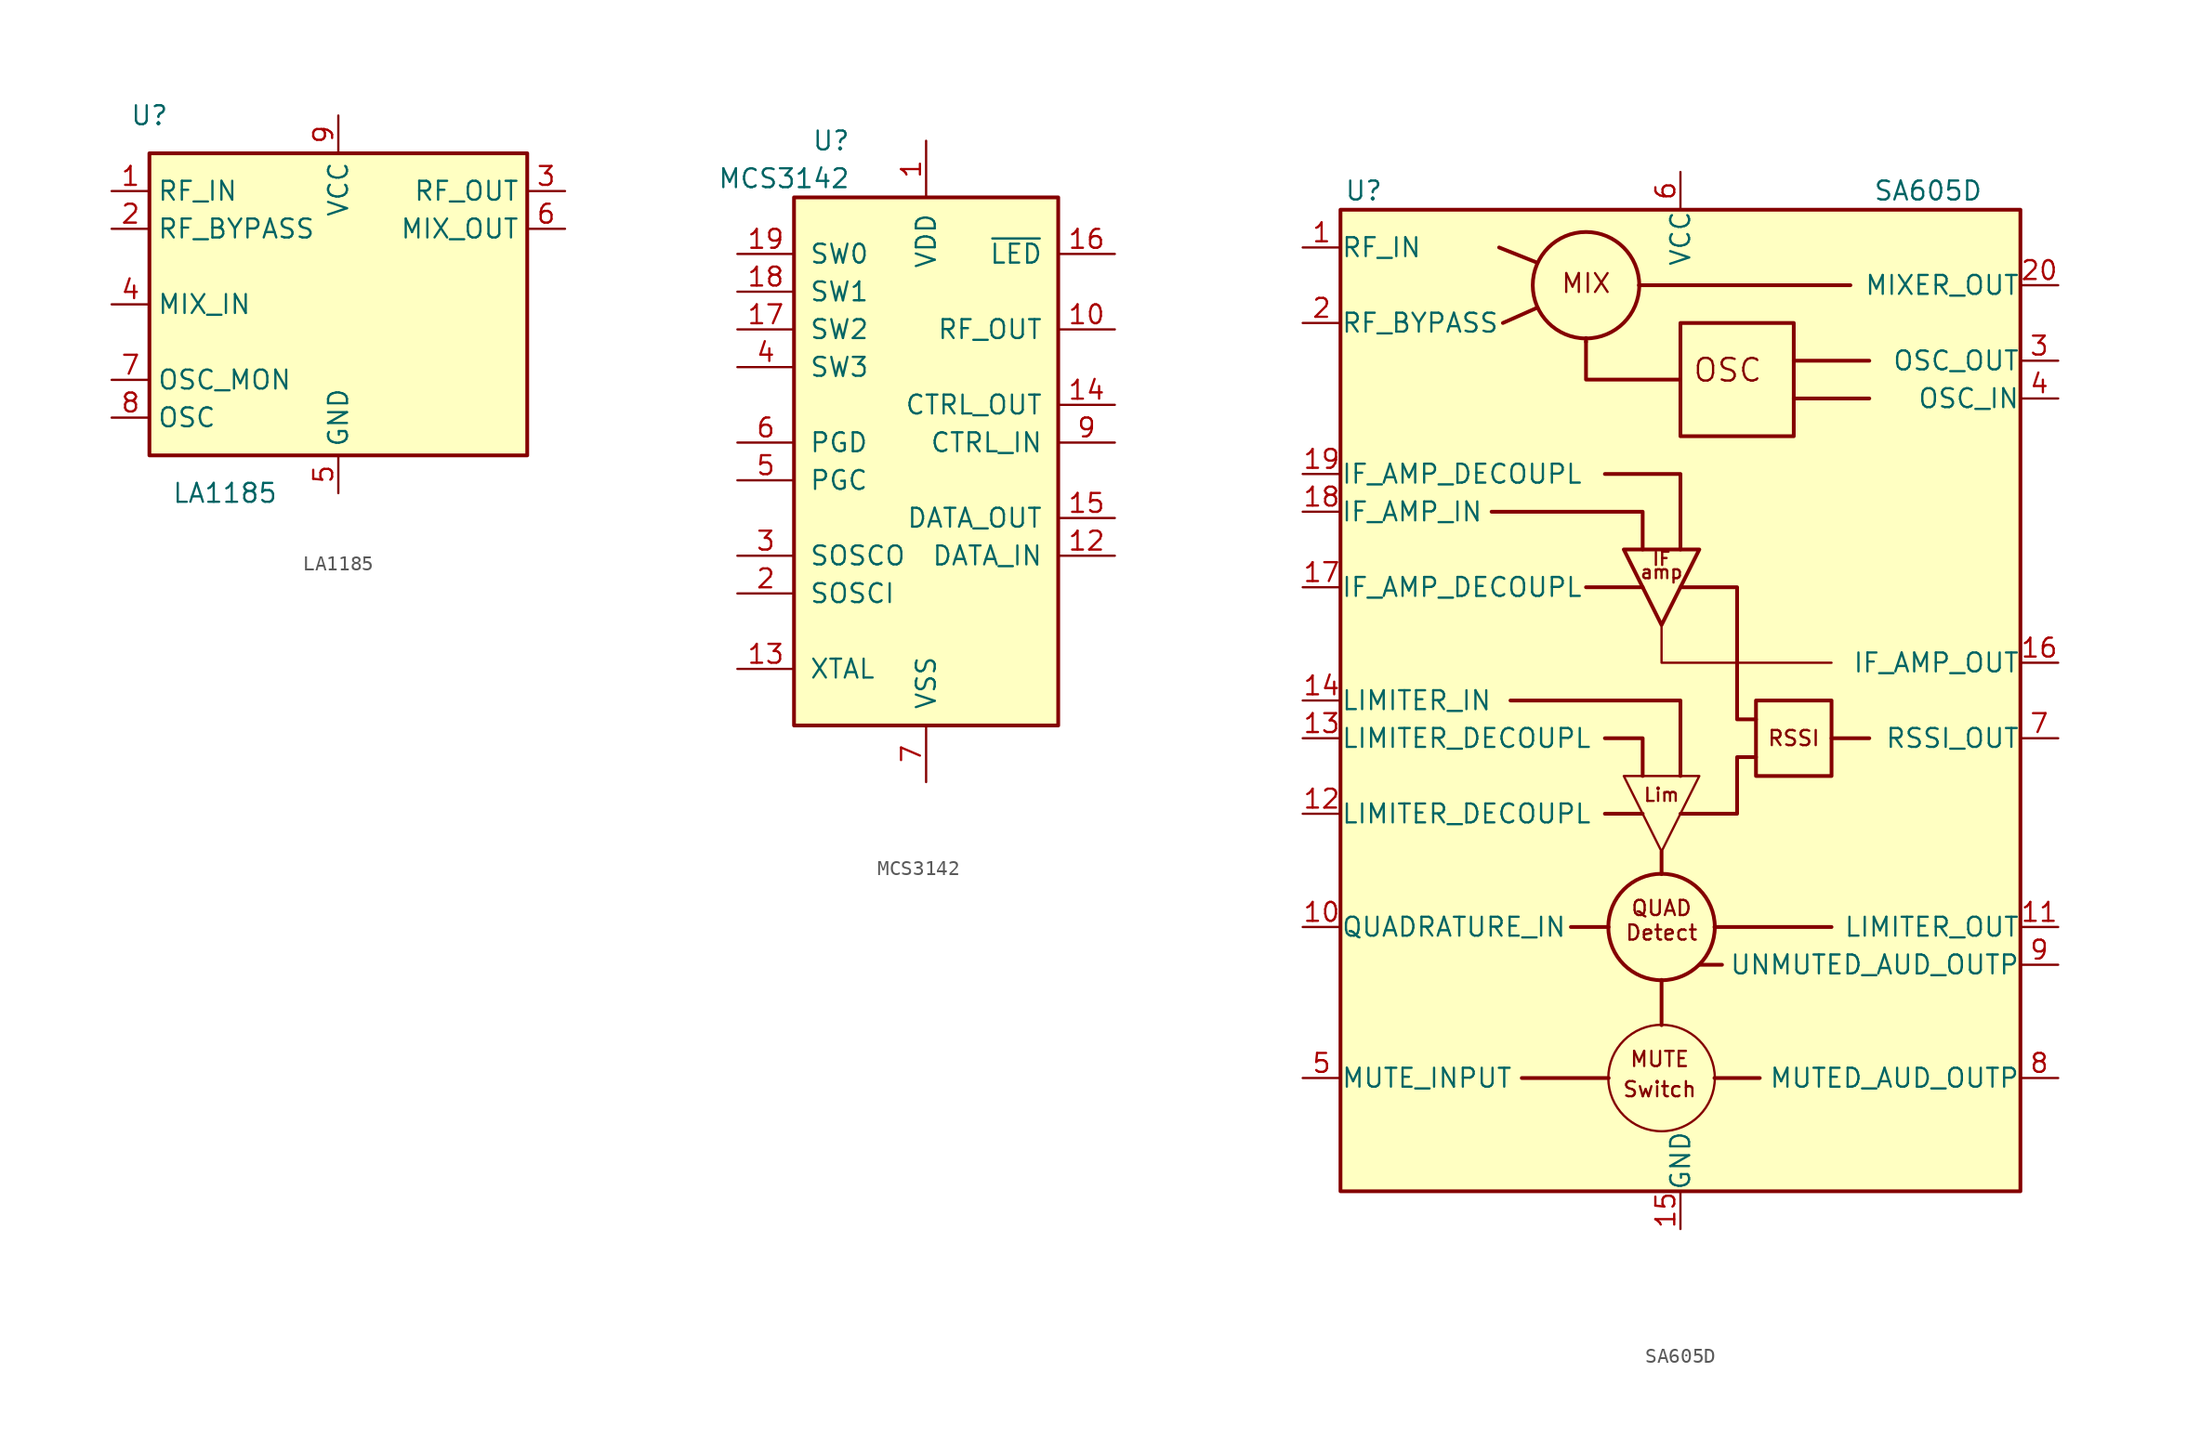
<source format=kicad_sym>
(kicad_symbol_lib
  (version 20211014)
  (generator kicad_symbol_editor)
  (symbol "LA1185"
    (property "Reference" "U"
      (at -12.7 12.7 0)
      (effects (font (size 1.27 1.27))))
    (property "Value" "LA1185"
      (at -7.62 -12.7 0)
      (effects (font (size 1.27 1.27))))
    (symbol "LA1185_0_1"
      (rectangle (start -12.7 10.16) (end 12.7 -10.16) (stroke (width 0.254) (type default) (color 0 0 0 0)) (fill (type background))))
    (symbol "LA1185_1_1"
      (pin input line (at -15.24 7.62 0) (length 2.54) (name "RF_IN" (effects (font (size 1.27 1.27)))) (number "1" (effects (font (size 1.27 1.27)))))
      (pin passive line (at -15.24 5.08 0) (length 2.54) (name "RF_BYPASS" (effects (font (size 1.27 1.27)))) (number "2" (effects (font (size 1.27 1.27)))))
      (pin output line (at 15.24 7.62 180) (length 2.54) (name "RF_OUT" (effects (font (size 1.27 1.27)))) (number "3" (effects (font (size 1.27 1.27)))))
      (pin input line (at -15.24 0 0) (length 2.54) (name "MIX_IN" (effects (font (size 1.27 1.27)))) (number "4" (effects (font (size 1.27 1.27)))))
      (pin power_in line (at 0 -12.7 90) (length 2.54) (name "GND" (effects (font (size 1.27 1.27)))) (number "5" (effects (font (size 1.27 1.27)))))
      (pin output line (at 15.24 5.08 180) (length 2.54) (name "MIX_OUT" (effects (font (size 1.27 1.27)))) (number "6" (effects (font (size 1.27 1.27)))))
      (pin passive line (at -15.24 -5.08 0) (length 2.54) (name "OSC_MON" (effects (font (size 1.27 1.27)))) (number "7" (effects (font (size 1.27 1.27)))))
      (pin output line (at -15.24 -7.62 0) (length 2.54) (name "OSC" (effects (font (size 1.27 1.27)))) (number "8" (effects (font (size 1.27 1.27)))))
      (pin power_in line (at 0 12.7 270) (length 2.54) (name "VCC" (effects (font (size 1.27 1.27)))) (number "9" (effects (font (size 1.27 1.27)))))))
  (symbol "MCS3142"
    (pin_names
      (offset 1.016))
    (property "Reference" "U"
      (at -5.08 22.86 0)
      (effects (font (size 1.27 1.27)) (justify right)))
    (property "Value" "MCS3142"
      (at -5.08 20.32 0)
      (effects (font (size 1.27 1.27)) (justify right)))
    (symbol "MCS3142_0_1"
      (rectangle (start -8.89 19.05) (end 8.89 -16.51) (stroke (width 0.254) (type default) (color 0 0 0 0)) (fill (type background))))
    (symbol "MCS3142_1_1"
      (pin power_in line (at 0 22.86 270) (length 3.81) (name "VDD" (effects (font (size 1.27 1.27)))) (number "1" (effects (font (size 1.27 1.27)))))
      (pin output line (at 12.7 10.16 180) (length 3.81) (name "RF_OUT" (effects (font (size 1.27 1.27)))) (number "10" (effects (font (size 1.27 1.27)))))
      (pin passive line (at 0 -20.32 90) (length 3.81) hide (name "VSS" (effects (font (size 1.27 1.27)))) (number "11" (effects (font (size 1.27 1.27)))))
      (pin input line (at 12.7 -5.08 180) (length 3.81) (name "DATA_IN" (effects (font (size 1.27 1.27)))) (number "12" (effects (font (size 1.27 1.27)))))
      (pin input line (at -12.7 -12.7 0) (length 3.81) (name "XTAL" (effects (font (size 1.27 1.27)))) (number "13" (effects (font (size 1.27 1.27)))))
      (pin output line (at 12.7 5.08 180) (length 3.81) (name "CTRL_OUT" (effects (font (size 1.27 1.27)))) (number "14" (effects (font (size 1.27 1.27)))))
      (pin output line (at 12.7 -2.54 180) (length 3.81) (name "DATA_OUT" (effects (font (size 1.27 1.27)))) (number "15" (effects (font (size 1.27 1.27)))))
      (pin output line (at 12.7 15.24 180) (length 3.81) (name "~{LED}" (effects (font (size 1.27 1.27)))) (number "16" (effects (font (size 1.27 1.27)))))
      (pin input line (at -12.7 10.16 0) (length 3.81) (name "SW2" (effects (font (size 1.27 1.27)))) (number "17" (effects (font (size 1.27 1.27)))))
      (pin input line (at -12.7 12.7 0) (length 3.81) (name "SW1" (effects (font (size 1.27 1.27)))) (number "18" (effects (font (size 1.27 1.27)))))
      (pin input line (at -12.7 15.24 0) (length 3.81) (name "SW0" (effects (font (size 1.27 1.27)))) (number "19" (effects (font (size 1.27 1.27)))))
      (pin input line (at -12.7 -7.62 0) (length 3.81) (name "SOSCI" (effects (font (size 1.27 1.27)))) (number "2" (effects (font (size 1.27 1.27)))))
      (pin passive line (at 0 -20.32 90) (length 3.81) hide (name "VSS" (effects (font (size 1.27 1.27)))) (number "20" (effects (font (size 1.27 1.27)))))
      (pin output line (at -12.7 -5.08 0) (length 3.81) (name "SOSCO" (effects (font (size 1.27 1.27)))) (number "3" (effects (font (size 1.27 1.27)))))
      (pin input line (at -12.7 7.62 0) (length 3.81) (name "SW3" (effects (font (size 1.27 1.27)))) (number "4" (effects (font (size 1.27 1.27)))))
      (pin input line (at -12.7 0 0) (length 3.81) (name "PGC" (effects (font (size 1.27 1.27)))) (number "5" (effects (font (size 1.27 1.27)))))
      (pin bidirectional line (at -12.7 2.54 0) (length 3.81) (name "PGD" (effects (font (size 1.27 1.27)))) (number "6" (effects (font (size 1.27 1.27)))))
      (pin power_in line (at 0 -20.32 90) (length 3.81) (name "VSS" (effects (font (size 1.27 1.27)))) (number "7" (effects (font (size 1.27 1.27)))))
      (pin passive line (at 0 22.86 270) (length 3.81) hide (name "VDD" (effects (font (size 1.27 1.27)))) (number "8" (effects (font (size 1.27 1.27)))))
      (pin input line (at 12.7 2.54 180) (length 3.81) (name "CTRL_IN" (effects (font (size 1.27 1.27)))) (number "9" (effects (font (size 1.27 1.27)))))))
  (symbol "SA605D"
    (pin_names
      (offset 0.025))
    (property "Reference" "U"
      (at -22.606 24.13 0)
      (effects (font (size 1.27 1.27)) (justify left)))
    (property "Value" "SA605D"
      (at 12.954 24.13 0)
      (effects (font (size 1.27 1.27)) (justify left)))
    (symbol "SA605D_0_0"
      (circle (center -1.27 -35.56) (radius 3.581) (stroke (width 0) (type default) (color 0 0 0 0)) (fill (type none)))
      (circle (center -1.27 -25.4) (radius 3.581) (stroke (width 0.254) (type default) (color 0 0 0 0)) (fill (type none)))
      (polyline (pts (xy -12.192 20.32) (xy -9.652 19.304)) (stroke (width 0.254) (type default) (color 0 0 0 0)) (fill (type none)))
      (polyline (pts (xy -11.938 15.24) (xy -9.652 16.256)) (stroke (width 0.254) (type default) (color 0 0 0 0)) (fill (type none)))
      (polyline (pts (xy -6.35 -2.54) (xy -2.54 -2.54)) (stroke (width 0.254) (type default) (color 0 0 0 0)) (fill (type none)))
      (polyline (pts (xy -6.35 13.97) (xy -6.35 14.224)) (stroke (width 0.254) (type default) (color 0 0 0 0)) (fill (type none)))
      (polyline (pts (xy -4.826 -35.56) (xy -10.668 -35.56)) (stroke (width 0.254) (type default) (color 0 0 0 0)) (fill (type none)))
      (polyline (pts (xy -4.826 -25.4) (xy -7.366 -25.4)) (stroke (width 0.254) (type default) (color 0 0 0 0)) (fill (type none)))
      (polyline (pts (xy -2.54 -17.78) (xy -5.08 -17.78)) (stroke (width 0.254) (type default) (color 0 0 0 0)) (fill (type none)))
      (polyline (pts (xy -2.54 17.78) (xy -2.794 17.78)) (stroke (width 0.254) (type default) (color 0 0 0 0)) (fill (type none)))
      (polyline (pts (xy -1.27 -28.956) (xy -1.27 -32.004)) (stroke (width 0.254) (type default) (color 0 0 0 0)) (fill (type none)))
      (polyline (pts (xy -1.27 -20.32) (xy -1.27 -21.844)) (stroke (width 0.254) (type default) (color 0 0 0 0)) (fill (type none)))
      (polyline (pts (xy 1.27 -27.94) (xy 2.794 -27.94)) (stroke (width 0.254) (type default) (color 0 0 0 0)) (fill (type none)))
      (polyline (pts (xy 2.286 -35.56) (xy 5.334 -35.56)) (stroke (width 0.254) (type default) (color 0 0 0 0)) (fill (type none)))
      (polyline (pts (xy 2.286 -25.4) (xy 10.16 -25.4)) (stroke (width 0.254) (type default) (color 0 0 0 0)) (fill (type none)))
      (polyline (pts (xy 7.62 10.16) (xy 12.7 10.16)) (stroke (width 0.254) (type default) (color 0 0 0 0)) (fill (type none)))
      (polyline (pts (xy 10.16 -12.7) (xy 12.7 -12.7)) (stroke (width 0.254) (type default) (color 0 0 0 0)) (fill (type none)))
      (polyline (pts (xy 11.43 17.78) (xy -2.54 17.78)) (stroke (width 0.254) (type default) (color 0 0 0 0)) (fill (type none)))
      (polyline (pts (xy 12.7 12.7) (xy 7.62 12.7)) (stroke (width 0.254) (type default) (color 0 0 0 0)) (fill (type none)))
      (polyline (pts (xy -12.7 2.54) (xy -2.54 2.54) (xy -2.54 0)) (stroke (width 0.254) (type default) (color 0 0 0 0)) (fill (type none)))
      (polyline (pts (xy -11.43 -10.16) (xy 0 -10.16) (xy 0 -15.24)) (stroke (width 0.254) (type default) (color 0 0 0 0)) (fill (type none)))
      (polyline (pts (xy -5.08 5.08) (xy 0 5.08) (xy 0 0)) (stroke (width 0.254) (type default) (color 0 0 0 0)) (fill (type none)))
      (polyline (pts (xy -2.54 -15.24) (xy -2.54 -12.7) (xy -5.08 -12.7)) (stroke (width 0.254) (type default) (color 0 0 0 0)) (fill (type none)))
      (polyline (pts (xy 0 11.43) (xy -6.35 11.43) (xy -6.35 13.97)) (stroke (width 0.254) (type default) (color 0 0 0 0)) (fill (type none)))
      (polyline (pts (xy 0 -17.78) (xy 3.81 -17.78) (xy 3.81 -13.97) (xy 5.08 -13.97)) (stroke (width 0.254) (type default) (color 0 0 0 0)) (fill (type none)))
      (polyline (pts (xy 0 -2.54) (xy 3.81 -2.54) (xy 3.81 -11.43) (xy 5.08 -11.43)) (stroke (width 0.254) (type default) (color 0 0 0 0)) (fill (type none)))
      (polyline (pts (xy 1.27 -15.24) (xy -3.81 -15.24) (xy -1.27 -20.32) (xy 1.27 -15.24) (xy 1.27 -15.24)) (stroke (width 0) (type default) (color 0 0 0 0)) (fill (type background)))
      (polyline (pts (xy 1.27 0) (xy -3.81 0) (xy -1.27 -5.08) (xy 1.27 0) (xy 1.27 0)) (stroke (width 0.254) (type default) (color 0 0 0 0)) (fill (type background)))
      (text "amp" (at -1.27 -1.524 0) (effects (font (size 0.889 0.889))))
      (text "Detect" (at -1.27 -25.781 0) (effects (font (size 1.016 1.016))))
      (text "IF" (at -1.27 -0.635 0) (effects (font (size 0.889 0.889))))
      (text "Lim" (at -1.27 -16.51 0) (effects (font (size 0.889 0.889))))
      (text "MIX" (at -6.35 17.907 0) (effects (font (size 1.27 1.27))))
      (text "MUTE" (at -1.397 -34.29 0) (effects (font (size 1.016 1.016))))
      (text "OSC" (at 3.175 12.065 0) (effects (font (size 1.524 1.524))))
      (text "QUAD" (at -1.27 -24.13 0) (effects (font (size 1.016 1.016))))
      (text "RSSI" (at 7.62 -12.7 0) (effects (font (size 1.016 1.016))))
      (text "Switch" (at -1.397 -36.322 0) (effects (font (size 1.016 1.016)))))
    (symbol "SA605D_0_1"
      (rectangle (start -22.86 22.86) (end 22.86 -43.18) (stroke (width 0.254) (type default) (color 0 0 0 0)) (fill (type background)))
      (circle (center -6.35 17.78) (radius 3.581) (stroke (width 0.254) (type default) (color 0 0 0 0)) (fill (type none)))
      (polyline (pts (xy -1.27 -5.08) (xy -1.27 -7.62) (xy 10.16 -7.62)) (stroke (width 0) (type default) (color 0 0 0 0)) (fill (type none)))
      (rectangle (start 0 15.24) (end 7.62 7.62) (stroke (width 0.254) (type default) (color 0 0 0 0)) (fill (type none)))
      (rectangle (start 5.08 -10.16) (end 10.16 -15.24) (stroke (width 0.254) (type default) (color 0 0 0 0)) (fill (type none))))
    (symbol "SA605D_1_1"
      (pin input line (at -25.4 20.32 0) (length 2.54) (name "RF_IN" (effects (font (size 1.27 1.27)))) (number "1" (effects (font (size 1.27 1.27)))))
      (pin input line (at -25.4 -25.4 0) (length 2.54) (name "QUADRATURE_IN" (effects (font (size 1.27 1.27)))) (number "10" (effects (font (size 1.27 1.27)))))
      (pin output line (at 25.4 -25.4 180) (length 2.54) (name "LIMITER_OUT" (effects (font (size 1.27 1.27)))) (number "11" (effects (font (size 1.27 1.27)))))
      (pin input line (at -25.4 -17.78 0) (length 2.54) (name "LIMITER_DECOUPL" (effects (font (size 1.27 1.27)))) (number "12" (effects (font (size 1.27 1.27)))))
      (pin input line (at -25.4 -12.7 0) (length 2.54) (name "LIMITER_DECOUPL" (effects (font (size 1.27 1.27)))) (number "13" (effects (font (size 1.27 1.27)))))
      (pin input line (at -25.4 -10.16 0) (length 2.54) (name "LIMITER_IN" (effects (font (size 1.27 1.27)))) (number "14" (effects (font (size 1.27 1.27)))))
      (pin power_in line (at 0 -45.72 90) (length 2.54) (name "GND" (effects (font (size 1.27 1.27)))) (number "15" (effects (font (size 1.27 1.27)))))
      (pin output line (at 25.4 -7.62 180) (length 2.54) (name "IF_AMP_OUT" (effects (font (size 1.27 1.27)))) (number "16" (effects (font (size 1.27 1.27)))))
      (pin input line (at -25.4 -2.54 0) (length 2.54) (name "IF_AMP_DECOUPL" (effects (font (size 1.27 1.27)))) (number "17" (effects (font (size 1.27 1.27)))))
      (pin input line (at -25.4 2.54 0) (length 2.54) (name "IF_AMP_IN" (effects (font (size 1.27 1.27)))) (number "18" (effects (font (size 1.27 1.27)))))
      (pin input line (at -25.4 5.08 0) (length 2.54) (name "IF_AMP_DECOUPL" (effects (font (size 1.27 1.27)))) (number "19" (effects (font (size 1.27 1.27)))))
      (pin input line (at -25.4 15.24 0) (length 2.54) (name "RF_BYPASS" (effects (font (size 1.27 1.27)))) (number "2" (effects (font (size 1.27 1.27)))))
      (pin output line (at 25.4 17.78 180) (length 2.54) (name "MIXER_OUT" (effects (font (size 1.27 1.27)))) (number "20" (effects (font (size 1.27 1.27)))))
      (pin output line (at 25.4 12.7 180) (length 2.54) (name "OSC_OUT" (effects (font (size 1.27 1.27)))) (number "3" (effects (font (size 1.27 1.27)))))
      (pin input line (at 25.4 10.16 180) (length 2.54) (name "OSC_IN" (effects (font (size 1.27 1.27)))) (number "4" (effects (font (size 1.27 1.27)))))
      (pin input line (at -25.4 -35.56 0) (length 2.54) (name "MUTE_INPUT" (effects (font (size 1.27 1.27)))) (number "5" (effects (font (size 1.27 1.27)))))
      (pin power_in line (at 0 25.4 270) (length 2.54) (name "VCC" (effects (font (size 1.27 1.27)))) (number "6" (effects (font (size 1.27 1.27)))))
      (pin output line (at 25.4 -12.7 180) (length 2.54) (name "RSSI_OUT" (effects (font (size 1.27 1.27)))) (number "7" (effects (font (size 1.27 1.27)))))
      (pin output line (at 25.4 -35.56 180) (length 2.54) (name "MUTED_AUD_OUTP" (effects (font (size 1.27 1.27)))) (number "8" (effects (font (size 1.27 1.27)))))
      (pin output line (at 25.4 -27.94 180) (length 2.54) (name "UNMUTED_AUD_OUTP" (effects (font (size 1.27 1.27)))) (number "9" (effects (font (size 1.27 1.27))))))))
</source>
